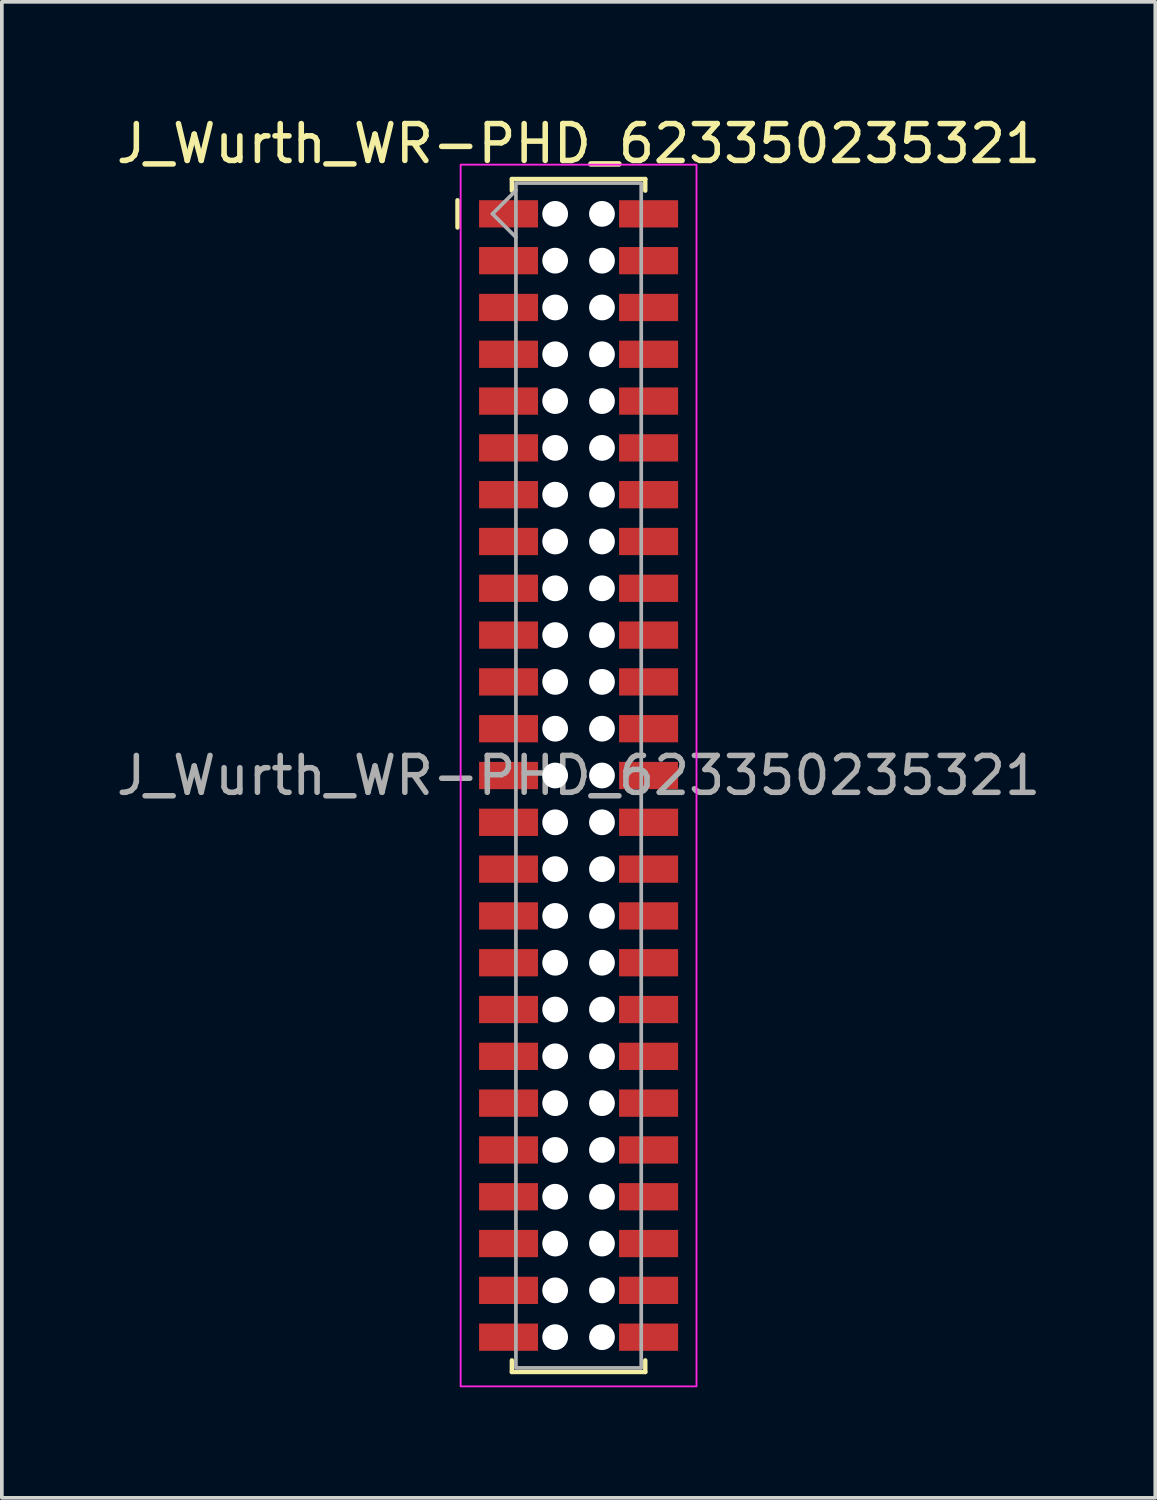
<source format=kicad_pcb>
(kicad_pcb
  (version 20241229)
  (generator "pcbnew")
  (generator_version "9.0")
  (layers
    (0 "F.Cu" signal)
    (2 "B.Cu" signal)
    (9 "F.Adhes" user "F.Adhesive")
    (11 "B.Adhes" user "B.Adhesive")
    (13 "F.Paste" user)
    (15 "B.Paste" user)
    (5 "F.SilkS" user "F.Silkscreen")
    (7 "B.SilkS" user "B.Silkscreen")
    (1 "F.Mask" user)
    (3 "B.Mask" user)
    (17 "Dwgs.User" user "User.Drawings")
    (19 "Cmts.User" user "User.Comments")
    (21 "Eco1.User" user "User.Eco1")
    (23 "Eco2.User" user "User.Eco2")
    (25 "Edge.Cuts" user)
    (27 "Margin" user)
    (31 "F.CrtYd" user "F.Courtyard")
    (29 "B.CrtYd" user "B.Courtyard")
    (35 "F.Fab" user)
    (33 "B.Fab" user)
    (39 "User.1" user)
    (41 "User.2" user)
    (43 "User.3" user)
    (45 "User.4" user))
  (footprint "J_Wurth_WR-PHD_623350235321"
    (layer "F.Cu")
    (at 12.649 17.993)
    (property "Reference" "J_Wurth_WR-PHD_623350235321" (at 0 -17.145 0) (unlocked yes) (layer "F.SilkS") (effects (font (size 1 1) (thickness 0.15))))
    (attr smd)
    (fp_line (start -3.285 -15.61) (end -3.285 -14.87) (stroke (width 0.12) (type solid)) (layer "F.SilkS"))
    (fp_line (start -1.81 -16.185) (end -1.81 -15.87) (stroke (width 0.12) (type solid)) (layer "F.SilkS"))
    (fp_line (start -1.81 16.185) (end -1.81 15.87) (stroke (width 0.12) (type solid)) (layer "F.SilkS"))
    (fp_line (start 1.81 -16.185) (end -1.81 -16.185) (stroke (width 0.12) (type solid)) (layer "F.SilkS"))
    (fp_line (start 1.81 -16.185) (end 1.81 -15.87) (stroke (width 0.12) (type solid)) (layer "F.SilkS"))
    (fp_line (start 1.81 15.87) (end 1.81 16.185) (stroke (width 0.12) (type solid)) (layer "F.SilkS"))
    (fp_line (start 1.81 16.185) (end -1.81 16.185) (stroke (width 0.12) (type solid)) (layer "F.SilkS"))
    (fp_rect (start -3.2 -16.575) (end 3.2 16.575) (stroke (width 0.05) (type solid)) (fill no) (layer "F.CrtYd"))
    (fp_line (start -2.335 -15.24) (end -1.7 -14.605) (stroke (width 0.1) (type default)) (layer "F.Fab"))
    (fp_line (start -1.7 -15.875) (end -2.335 -15.24) (stroke (width 0.1) (type default)) (layer "F.Fab"))
    (fp_rect (start -1.7 -16.075) (end 1.7 16.075) (stroke (width 0.1) (type solid)) (fill no) (layer "F.Fab"))
    (fp_text user "${REFERENCE}" (at 0 0 0) (unlocked yes) (layer "F.Fab") (effects (font (size 1 1) (thickness 0.15))))
    (pad "" np_thru_hole circle (at -0.635 -15.24 270) (size 0.7 0.7) (drill 0.7) (layers "*.Cu" "*.Mask"))
    (pad "" np_thru_hole circle (at -0.635 -13.97 270) (size 0.7 0.7) (drill 0.7) (layers "*.Cu" "*.Mask"))
    (pad "" np_thru_hole circle (at -0.635 -12.7 270) (size 0.7 0.7) (drill 0.7) (layers "*.Cu" "*.Mask"))
    (pad "" np_thru_hole circle (at -0.635 -11.43 270) (size 0.7 0.7) (drill 0.7) (layers "*.Cu" "*.Mask"))
    (pad "" np_thru_hole circle (at -0.635 -10.16 270) (size 0.7 0.7) (drill 0.7) (layers "*.Cu" "*.Mask"))
    (pad "" np_thru_hole circle (at -0.635 -8.89 270) (size 0.7 0.7) (drill 0.7) (layers "*.Cu" "*.Mask"))
    (pad "" np_thru_hole circle (at -0.635 -7.62 270) (size 0.7 0.7) (drill 0.7) (layers "*.Cu" "*.Mask"))
    (pad "" np_thru_hole circle (at -0.635 -6.35 270) (size 0.7 0.7) (drill 0.7) (layers "*.Cu" "*.Mask"))
    (pad "" np_thru_hole circle (at -0.635 -5.08 270) (size 0.7 0.7) (drill 0.7) (layers "*.Cu" "*.Mask"))
    (pad "" np_thru_hole circle (at -0.635 -3.81 270) (size 0.7 0.7) (drill 0.7) (layers "*.Cu" "*.Mask"))
    (pad "" np_thru_hole circle (at -0.635 -2.54 270) (size 0.7 0.7) (drill 0.7) (layers "*.Cu" "*.Mask"))
    (pad "" np_thru_hole circle (at -0.635 -1.27 270) (size 0.7 0.7) (drill 0.7) (layers "*.Cu" "*.Mask"))
    (pad "" np_thru_hole circle (at -0.635 0 270) (size 0.7 0.7) (drill 0.7) (layers "*.Cu" "*.Mask"))
    (pad "" np_thru_hole circle (at -0.635 1.27 270) (size 0.7 0.7) (drill 0.7) (layers "*.Cu" "*.Mask"))
    (pad "" np_thru_hole circle (at -0.635 2.54 270) (size 0.7 0.7) (drill 0.7) (layers "*.Cu" "*.Mask"))
    (pad "" np_thru_hole circle (at -0.635 3.81 270) (size 0.7 0.7) (drill 0.7) (layers "*.Cu" "*.Mask"))
    (pad "" np_thru_hole circle (at -0.635 5.08 270) (size 0.7 0.7) (drill 0.7) (layers "*.Cu" "*.Mask"))
    (pad "" np_thru_hole circle (at -0.635 6.35 270) (size 0.7 0.7) (drill 0.7) (layers "*.Cu" "*.Mask"))
    (pad "" np_thru_hole circle (at -0.635 7.62 270) (size 0.7 0.7) (drill 0.7) (layers "*.Cu" "*.Mask"))
    (pad "" np_thru_hole circle (at -0.635 8.89 270) (size 0.7 0.7) (drill 0.7) (layers "*.Cu" "*.Mask"))
    (pad "" np_thru_hole circle (at -0.635 10.16 270) (size 0.7 0.7) (drill 0.7) (layers "*.Cu" "*.Mask"))
    (pad "" np_thru_hole circle (at -0.635 11.43 270) (size 0.7 0.7) (drill 0.7) (layers "*.Cu" "*.Mask"))
    (pad "" np_thru_hole circle (at -0.635 12.7 270) (size 0.7 0.7) (drill 0.7) (layers "*.Cu" "*.Mask"))
    (pad "" np_thru_hole circle (at -0.635 13.97 270) (size 0.7 0.7) (drill 0.7) (layers "*.Cu" "*.Mask"))
    (pad "" np_thru_hole circle (at -0.635 15.24 270) (size 0.7 0.7) (drill 0.7) (layers "*.Cu" "*.Mask"))
    (pad "" np_thru_hole circle (at 0.635 -15.24 270) (size 0.7 0.7) (drill 0.7) (layers "*.Cu" "*.Mask"))
    (pad "" np_thru_hole circle (at 0.635 -13.97 270) (size 0.7 0.7) (drill 0.7) (layers "*.Cu" "*.Mask"))
    (pad "" np_thru_hole circle (at 0.635 -12.7 270) (size 0.7 0.7) (drill 0.7) (layers "*.Cu" "*.Mask"))
    (pad "" np_thru_hole circle (at 0.635 -11.43 270) (size 0.7 0.7) (drill 0.7) (layers "*.Cu" "*.Mask"))
    (pad "" np_thru_hole circle (at 0.635 -10.16 270) (size 0.7 0.7) (drill 0.7) (layers "*.Cu" "*.Mask"))
    (pad "" np_thru_hole circle (at 0.635 -8.89 270) (size 0.7 0.7) (drill 0.7) (layers "*.Cu" "*.Mask"))
    (pad "" np_thru_hole circle (at 0.635 -7.62 270) (size 0.7 0.7) (drill 0.7) (layers "*.Cu" "*.Mask"))
    (pad "" np_thru_hole circle (at 0.635 -6.35 270) (size 0.7 0.7) (drill 0.7) (layers "*.Cu" "*.Mask"))
    (pad "" np_thru_hole circle (at 0.635 -5.08 270) (size 0.7 0.7) (drill 0.7) (layers "*.Cu" "*.Mask"))
    (pad "" np_thru_hole circle (at 0.635 -3.81 270) (size 0.7 0.7) (drill 0.7) (layers "*.Cu" "*.Mask"))
    (pad "" np_thru_hole circle (at 0.635 -2.54 270) (size 0.7 0.7) (drill 0.7) (layers "*.Cu" "*.Mask"))
    (pad "" np_thru_hole circle (at 0.635 -1.27 270) (size 0.7 0.7) (drill 0.7) (layers "*.Cu" "*.Mask"))
    (pad "" np_thru_hole circle (at 0.635 0 270) (size 0.7 0.7) (drill 0.7) (layers "*.Cu" "*.Mask"))
    (pad "" np_thru_hole circle (at 0.635 1.27 270) (size 0.7 0.7) (drill 0.7) (layers "*.Cu" "*.Mask"))
    (pad "" np_thru_hole circle (at 0.635 2.54 270) (size 0.7 0.7) (drill 0.7) (layers "*.Cu" "*.Mask"))
    (pad "" np_thru_hole circle (at 0.635 3.81 270) (size 0.7 0.7) (drill 0.7) (layers "*.Cu" "*.Mask"))
    (pad "" np_thru_hole circle (at 0.635 5.08 270) (size 0.7 0.7) (drill 0.7) (layers "*.Cu" "*.Mask"))
    (pad "" np_thru_hole circle (at 0.635 6.35 270) (size 0.7 0.7) (drill 0.7) (layers "*.Cu" "*.Mask"))
    (pad "" np_thru_hole circle (at 0.635 7.62 270) (size 0.7 0.7) (drill 0.7) (layers "*.Cu" "*.Mask"))
    (pad "" np_thru_hole circle (at 0.635 8.89 270) (size 0.7 0.7) (drill 0.7) (layers "*.Cu" "*.Mask"))
    (pad "" np_thru_hole circle (at 0.635 10.16 270) (size 0.7 0.7) (drill 0.7) (layers "*.Cu" "*.Mask"))
    (pad "" np_thru_hole circle (at 0.635 11.43 270) (size 0.7 0.7) (drill 0.7) (layers "*.Cu" "*.Mask"))
    (pad "" np_thru_hole circle (at 0.635 12.7 270) (size 0.7 0.7) (drill 0.7) (layers "*.Cu" "*.Mask"))
    (pad "" np_thru_hole circle (at 0.635 13.97 270) (size 0.7 0.7) (drill 0.7) (layers "*.Cu" "*.Mask"))
    (pad "" np_thru_hole circle (at 0.635 15.24 270) (size 0.7 0.7) (drill 0.7) (layers "*.Cu" "*.Mask"))
    (pad "1" smd rect (at -1.9 -15.24 270) (size 0.74 1.6) (layers "F.Cu" "F.Mask" "F.Paste"))
    (pad "2" smd rect (at 1.9 -15.24 270) (size 0.74 1.6) (layers "F.Cu" "F.Mask" "F.Paste"))
    (pad "3" smd rect (at -1.9 -13.97 270) (size 0.74 1.6) (layers "F.Cu" "F.Mask" "F.Paste"))
    (pad "4" smd rect (at 1.9 -13.97 270) (size 0.74 1.6) (layers "F.Cu" "F.Mask" "F.Paste"))
    (pad "5" smd rect (at -1.9 -12.7 270) (size 0.74 1.6) (layers "F.Cu" "F.Mask" "F.Paste"))
    (pad "6" smd rect (at 1.9 -12.7 270) (size 0.74 1.6) (layers "F.Cu" "F.Mask" "F.Paste"))
    (pad "7" smd rect (at -1.9 -11.43 270) (size 0.74 1.6) (layers "F.Cu" "F.Mask" "F.Paste"))
    (pad "8" smd rect (at 1.9 -11.43 270) (size 0.74 1.6) (layers "F.Cu" "F.Mask" "F.Paste"))
    (pad "9" smd rect (at -1.9 -10.16 270) (size 0.74 1.6) (layers "F.Cu" "F.Mask" "F.Paste"))
    (pad "10" smd rect (at 1.9 -10.16 270) (size 0.74 1.6) (layers "F.Cu" "F.Mask" "F.Paste"))
    (pad "11" smd rect (at -1.9 -8.89 270) (size 0.74 1.6) (layers "F.Cu" "F.Mask" "F.Paste"))
    (pad "12" smd rect (at 1.9 -8.89 270) (size 0.74 1.6) (layers "F.Cu" "F.Mask" "F.Paste"))
    (pad "13" smd rect (at -1.9 -7.62 270) (size 0.74 1.6) (layers "F.Cu" "F.Mask" "F.Paste"))
    (pad "14" smd rect (at 1.9 -7.62 270) (size 0.74 1.6) (layers "F.Cu" "F.Mask" "F.Paste"))
    (pad "15" smd rect (at -1.9 -6.35 270) (size 0.74 1.6) (layers "F.Cu" "F.Mask" "F.Paste"))
    (pad "16" smd rect (at 1.9 -6.35 270) (size 0.74 1.6) (layers "F.Cu" "F.Mask" "F.Paste"))
    (pad "17" smd rect (at -1.9 -5.08 270) (size 0.74 1.6) (layers "F.Cu" "F.Mask" "F.Paste"))
    (pad "18" smd rect (at 1.9 -5.08 270) (size 0.74 1.6) (layers "F.Cu" "F.Mask" "F.Paste"))
    (pad "19" smd rect (at -1.9 -3.81 270) (size 0.74 1.6) (layers "F.Cu" "F.Mask" "F.Paste"))
    (pad "20" smd rect (at 1.9 -3.81 270) (size 0.74 1.6) (layers "F.Cu" "F.Mask" "F.Paste"))
    (pad "21" smd rect (at -1.9 -2.54 270) (size 0.74 1.6) (layers "F.Cu" "F.Mask" "F.Paste"))
    (pad "22" smd rect (at 1.9 -2.54 270) (size 0.74 1.6) (layers "F.Cu" "F.Mask" "F.Paste"))
    (pad "23" smd rect (at -1.9 -1.27 270) (size 0.74 1.6) (layers "F.Cu" "F.Mask" "F.Paste"))
    (pad "24" smd rect (at 1.9 -1.27 270) (size 0.74 1.6) (layers "F.Cu" "F.Mask" "F.Paste"))
    (pad "25" smd rect (at -1.9 0 270) (size 0.74 1.6) (layers "F.Cu" "F.Mask" "F.Paste"))
    (pad "26" smd rect (at 1.9 0 270) (size 0.74 1.6) (layers "F.Cu" "F.Mask" "F.Paste"))
    (pad "27" smd rect (at -1.9 1.27 270) (size 0.74 1.6) (layers "F.Cu" "F.Mask" "F.Paste"))
    (pad "28" smd rect (at 1.9 1.27 270) (size 0.74 1.6) (layers "F.Cu" "F.Mask" "F.Paste"))
    (pad "29" smd rect (at -1.9 2.54 270) (size 0.74 1.6) (layers "F.Cu" "F.Mask" "F.Paste"))
    (pad "30" smd rect (at 1.9 2.54 270) (size 0.74 1.6) (layers "F.Cu" "F.Mask" "F.Paste"))
    (pad "31" smd rect (at -1.9 3.81 270) (size 0.74 1.6) (layers "F.Cu" "F.Mask" "F.Paste"))
    (pad "32" smd rect (at 1.9 3.81 270) (size 0.74 1.6) (layers "F.Cu" "F.Mask" "F.Paste"))
    (pad "33" smd rect (at -1.9 5.08 270) (size 0.74 1.6) (layers "F.Cu" "F.Mask" "F.Paste"))
    (pad "34" smd rect (at 1.9 5.08 270) (size 0.74 1.6) (layers "F.Cu" "F.Mask" "F.Paste"))
    (pad "35" smd rect (at -1.9 6.35 270) (size 0.74 1.6) (layers "F.Cu" "F.Mask" "F.Paste"))
    (pad "36" smd rect (at 1.9 6.35 270) (size 0.74 1.6) (layers "F.Cu" "F.Mask" "F.Paste"))
    (pad "37" smd rect (at -1.9 7.62 270) (size 0.74 1.6) (layers "F.Cu" "F.Mask" "F.Paste"))
    (pad "38" smd rect (at 1.9 7.62 270) (size 0.74 1.6) (layers "F.Cu" "F.Mask" "F.Paste"))
    (pad "39" smd rect (at -1.9 8.89 270) (size 0.74 1.6) (layers "F.Cu" "F.Mask" "F.Paste"))
    (pad "40" smd rect (at 1.9 8.89 270) (size 0.74 1.6) (layers "F.Cu" "F.Mask" "F.Paste"))
    (pad "41" smd rect (at -1.9 10.16 270) (size 0.74 1.6) (layers "F.Cu" "F.Mask" "F.Paste"))
    (pad "42" smd rect (at 1.9 10.16 270) (size 0.74 1.6) (layers "F.Cu" "F.Mask" "F.Paste"))
    (pad "43" smd rect (at -1.9 11.43 270) (size 0.74 1.6) (layers "F.Cu" "F.Mask" "F.Paste"))
    (pad "44" smd rect (at 1.9 11.43 270) (size 0.74 1.6) (layers "F.Cu" "F.Mask" "F.Paste"))
    (pad "45" smd rect (at -1.9 12.7 270) (size 0.74 1.6) (layers "F.Cu" "F.Mask" "F.Paste"))
    (pad "46" smd rect (at 1.9 12.7 270) (size 0.74 1.6) (layers "F.Cu" "F.Mask" "F.Paste"))
    (pad "47" smd rect (at -1.9 13.97 270) (size 0.74 1.6) (layers "F.Cu" "F.Mask" "F.Paste"))
    (pad "48" smd rect (at 1.9 13.97 270) (size 0.74 1.6) (layers "F.Cu" "F.Mask" "F.Paste"))
    (pad "49" smd rect (at -1.9 15.24 270) (size 0.74 1.6) (layers "F.Cu" "F.Mask" "F.Paste"))
    (pad "50" smd rect (at 1.9 15.24 270) (size 0.74 1.6) (layers "F.Cu" "F.Mask" "F.Paste")))
  (gr_rect
    (start -3 -3)
    (end 28.298 37.593)
    (stroke (width 0.1) (type default))
    (fill no)
    (layer "Edge.Cuts")))
</source>
